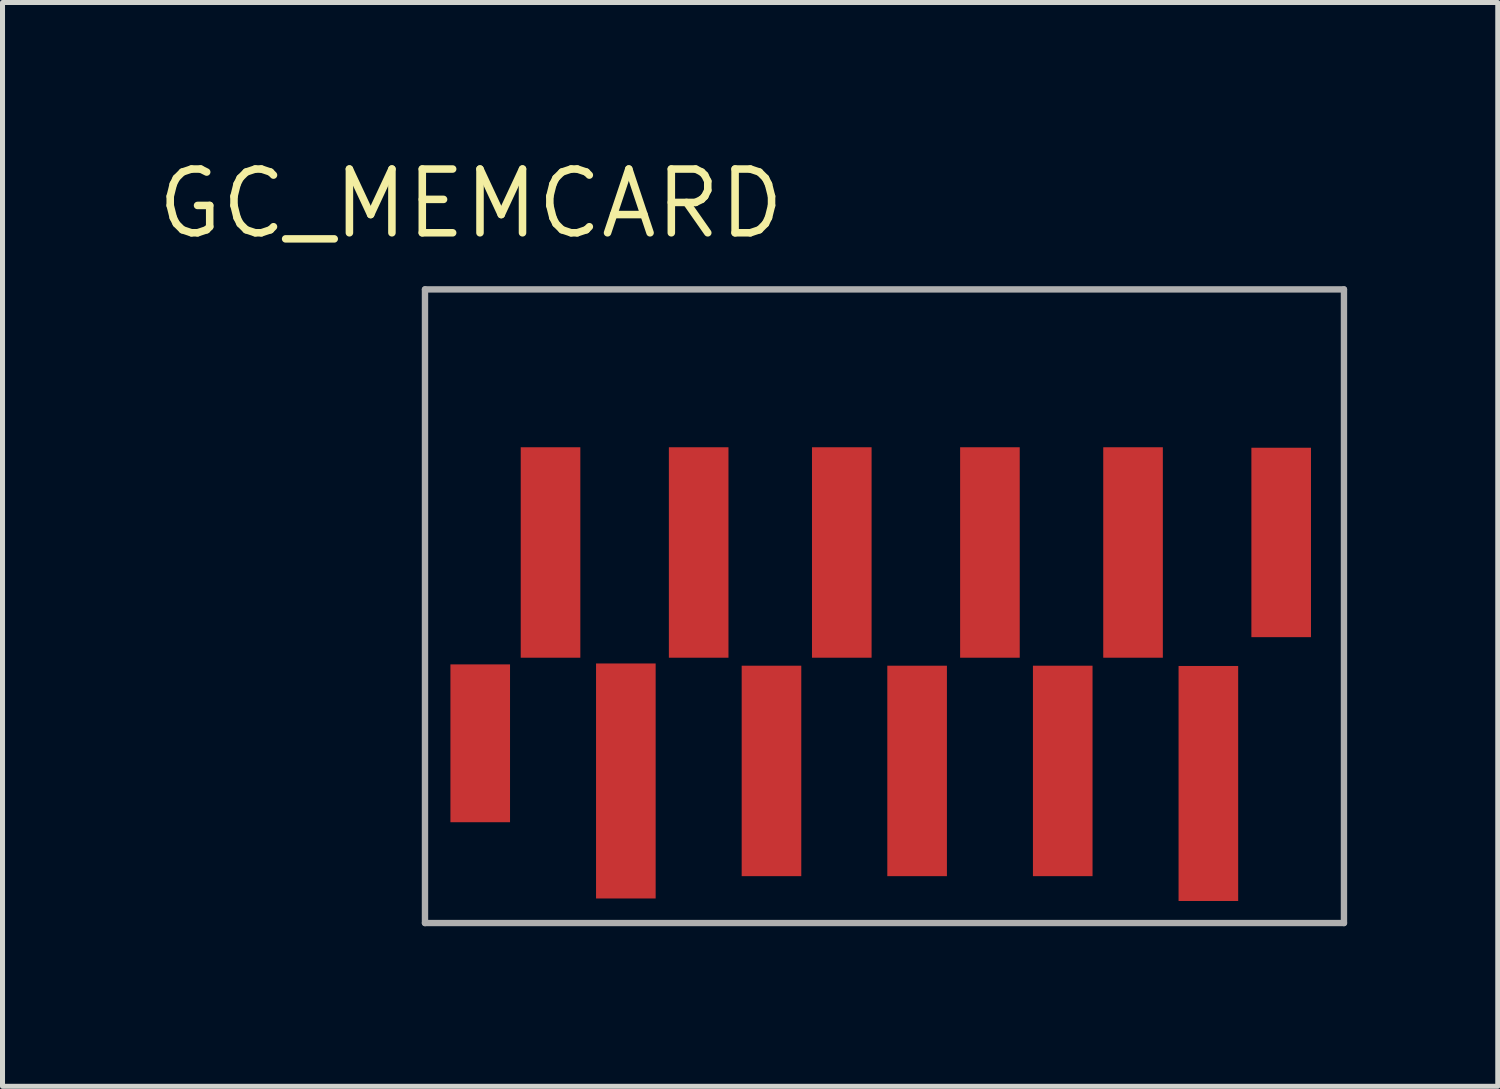
<source format=kicad_pcb>
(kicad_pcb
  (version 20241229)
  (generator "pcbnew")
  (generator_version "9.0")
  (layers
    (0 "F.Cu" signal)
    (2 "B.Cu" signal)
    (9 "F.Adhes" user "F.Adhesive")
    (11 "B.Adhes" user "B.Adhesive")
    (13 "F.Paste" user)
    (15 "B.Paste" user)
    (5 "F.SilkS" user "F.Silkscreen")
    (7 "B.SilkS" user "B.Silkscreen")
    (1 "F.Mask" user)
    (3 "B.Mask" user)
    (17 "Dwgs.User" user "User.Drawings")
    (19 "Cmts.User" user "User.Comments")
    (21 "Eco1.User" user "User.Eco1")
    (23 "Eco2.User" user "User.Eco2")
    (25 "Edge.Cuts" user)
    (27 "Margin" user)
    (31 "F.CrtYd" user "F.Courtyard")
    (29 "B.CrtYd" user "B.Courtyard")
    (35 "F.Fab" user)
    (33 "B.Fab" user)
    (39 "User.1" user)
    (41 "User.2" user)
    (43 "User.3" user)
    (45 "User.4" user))
  (footprint "GC_MEMCARD"
    (layer "F.Cu")
    (at 5.413 15.332)
    (property "Reference" "GC_MEMCARD" (at 0.914 -14.326 0) (layer "F.SilkS") (effects (font (size 1.27 1.27) (thickness 0.15))))
    (fp_line (start 0 -12.619) (end 18.3 -12.619) (stroke (width 0.127) (type solid)) (layer "F.Fab"))
    (fp_line (start 0 -0.001) (end 0 -12.619) (stroke (width 0.127) (type solid)) (layer "F.Fab"))
    (fp_line (start 0 -0.001) (end 18.3 -0.001) (stroke (width 0.127) (type solid)) (layer "F.Fab"))
    (fp_line (start 18.3 -0.001) (end 18.3 -12.619) (stroke (width 0.127) (type solid)) (layer "F.Fab"))
    (pad "1" smd rect (at 17.05 -7.58) (size 1.187 3.772) (layers "F.Cu" "F.Mask"))
    (pad "2" smd rect (at 15.6 -2.78) (size 1.187 4.68) (layers "F.Cu" "F.Mask"))
    (pad "3" smd rect (at 14.1 -7.38) (size 1.187 4.191) (layers "F.Cu" "F.Mask"))
    (pad "4" smd rect (at 12.7 -3.03) (size 1.187 4.191) (layers "F.Cu" "F.Mask"))
    (pad "5" smd rect (at 11.25 -7.38) (size 1.187 4.191) (layers "F.Cu" "F.Mask"))
    (pad "6" smd rect (at 9.8 -3.03) (size 1.187 4.191) (layers "F.Cu" "F.Mask"))
    (pad "7" smd rect (at 8.3 -7.38) (size 1.187 4.191) (layers "F.Cu" "F.Mask"))
    (pad "8" smd rect (at 6.9 -3.03) (size 1.187 4.191) (layers "F.Cu" "F.Mask"))
    (pad "9" smd rect (at 5.45 -7.38) (size 1.187 4.191) (layers "F.Cu" "F.Mask"))
    (pad "10" smd rect (at 4 -2.83) (size 1.187 4.68) (layers "F.Cu" "F.Mask"))
    (pad "11" smd rect (at 2.5 -7.38) (size 1.187 4.191) (layers "F.Cu" "F.Mask"))
    (pad "12" smd rect (at 1.1 -3.58) (size 1.187 3.143) (layers "F.Cu" "F.Mask")))
  (gr_rect
    (start -3 -3)
    (end 26.776 18.582)
    (stroke (width 0.1) (type default))
    (fill no)
    (layer "Edge.Cuts")))
</source>
